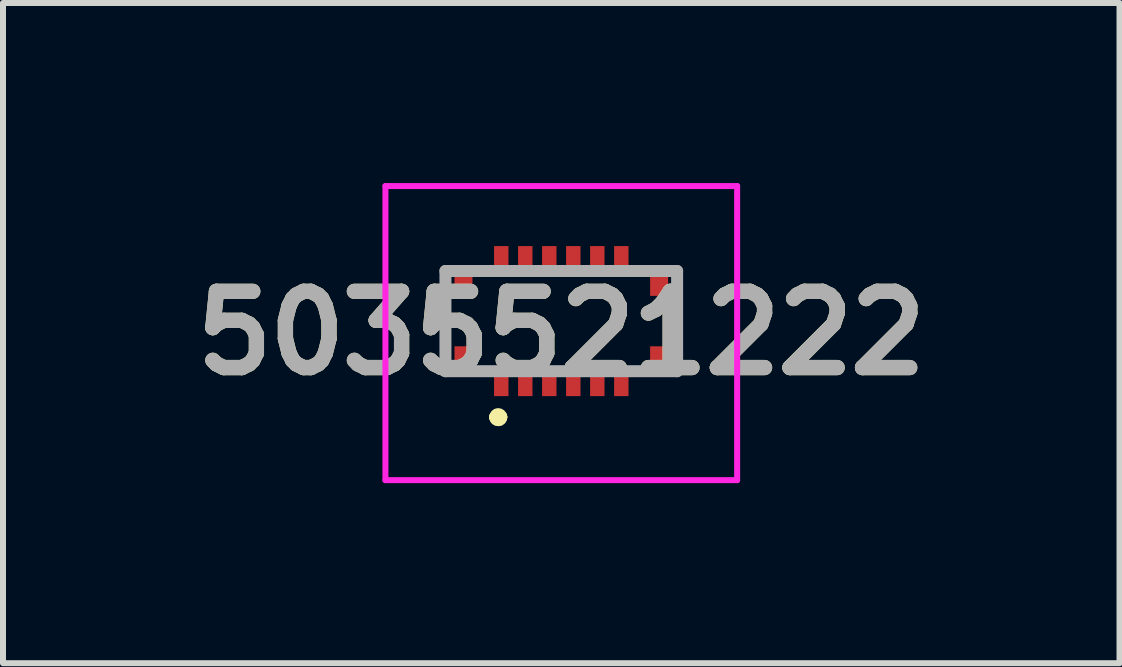
<source format=kicad_pcb>
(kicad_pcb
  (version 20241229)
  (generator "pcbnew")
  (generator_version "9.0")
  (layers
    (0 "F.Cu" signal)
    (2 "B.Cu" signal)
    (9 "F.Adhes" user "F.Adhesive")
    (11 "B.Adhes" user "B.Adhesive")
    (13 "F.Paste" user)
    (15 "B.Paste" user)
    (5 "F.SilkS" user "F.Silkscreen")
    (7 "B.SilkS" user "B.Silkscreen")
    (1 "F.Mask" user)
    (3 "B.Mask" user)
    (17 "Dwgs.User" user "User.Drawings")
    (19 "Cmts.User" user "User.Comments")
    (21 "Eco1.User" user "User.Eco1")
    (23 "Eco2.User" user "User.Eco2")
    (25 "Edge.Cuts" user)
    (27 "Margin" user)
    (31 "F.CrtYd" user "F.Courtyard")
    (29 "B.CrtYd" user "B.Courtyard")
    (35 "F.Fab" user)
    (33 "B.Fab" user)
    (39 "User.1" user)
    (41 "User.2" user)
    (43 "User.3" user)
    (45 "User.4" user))
  (footprint "5035521222"
    (layer "F.Cu")
    (at 6.302 2.3)
    (property "Reference" "5035521222" (at 0 0.2 0) (layer "F.SilkS") (effects (font (size 1.27 1.27) (thickness 0.254))))
    (attr smd)
    (fp_line (start -1.1 1.6) (end -1.1 1.6) (stroke (width 0.2) (type solid)) (layer "F.SilkS"))
    (fp_line (start -1.1 1.6) (end -1.1 1.6) (stroke (width 0.2) (type solid)) (layer "F.SilkS"))
    (fp_line (start -1 1.6) (end -1 1.6) (stroke (width 0.2) (type solid)) (layer "F.SilkS"))
    (fp_arc (start -1.1 1.6) (mid -1.05 1.55) (end -1 1.6) (stroke (width 0.2) (type solid)) (layer "F.SilkS"))
    (fp_arc (start -1 1.6) (mid -1.05 1.65) (end -1.1 1.6) (stroke (width 0.2) (type solid)) (layer "F.SilkS"))
    (fp_arc (start -1 1.6) (mid -1.05 1.65) (end -1.1 1.6) (stroke (width 0.2) (type solid)) (layer "F.SilkS"))
    (fp_line (start -2.93 -2.25) (end 2.93 -2.25) (stroke (width 0.1) (type solid)) (layer "F.CrtYd"))
    (fp_line (start -2.93 2.65) (end -2.93 -2.25) (stroke (width 0.1) (type solid)) (layer "F.CrtYd"))
    (fp_line (start 2.93 -2.25) (end 2.93 2.65) (stroke (width 0.1) (type solid)) (layer "F.CrtYd"))
    (fp_line (start 2.93 2.65) (end -2.93 2.65) (stroke (width 0.1) (type solid)) (layer "F.CrtYd"))
    (fp_line (start -1.93 -0.835) (end -1.93 0.835) (stroke (width 0.2) (type solid)) (layer "F.Fab"))
    (fp_line (start -1.93 0.835) (end 1.93 0.835) (stroke (width 0.2) (type solid)) (layer "F.Fab"))
    (fp_line (start 1.93 -0.835) (end -1.93 -0.835) (stroke (width 0.2) (type solid)) (layer "F.Fab"))
    (fp_line (start 1.93 0.835) (end 1.93 -0.835) (stroke (width 0.2) (type solid)) (layer "F.Fab"))
    (fp_text user "${REFERENCE}" (at 0 0.2 0) (layer "F.Fab") (effects (font (size 1.27 1.27) (thickness 0.254))))
    (pad "1" smd rect (at -1 1.075) (size 0.24 0.35) (layers "F.Cu" "F.Mask" "F.Paste"))
    (pad "2" smd rect (at -1 -1.075) (size 0.24 0.35) (layers "F.Cu" "F.Mask" "F.Paste"))
    (pad "3" smd rect (at -0.6 1.075) (size 0.24 0.35) (layers "F.Cu" "F.Mask" "F.Paste"))
    (pad "4" smd rect (at -0.6 -1.075) (size 0.24 0.35) (layers "F.Cu" "F.Mask" "F.Paste"))
    (pad "5" smd rect (at -0.2 1.075) (size 0.24 0.35) (layers "F.Cu" "F.Mask" "F.Paste"))
    (pad "6" smd rect (at -0.2 -1.075) (size 0.24 0.35) (layers "F.Cu" "F.Mask" "F.Paste"))
    (pad "7" smd rect (at 0.2 1.075) (size 0.24 0.35) (layers "F.Cu" "F.Mask" "F.Paste"))
    (pad "8" smd rect (at 0.2 -1.075) (size 0.24 0.35) (layers "F.Cu" "F.Mask" "F.Paste"))
    (pad "9" smd rect (at 0.6 1.075) (size 0.24 0.35) (layers "F.Cu" "F.Mask" "F.Paste"))
    (pad "10" smd rect (at 0.6 -1.075) (size 0.24 0.35) (layers "F.Cu" "F.Mask" "F.Paste"))
    (pad "11" smd rect (at 1 1.075) (size 0.24 0.35) (layers "F.Cu" "F.Mask" "F.Paste"))
    (pad "12" smd rect (at 1 -1.075) (size 0.24 0.35) (layers "F.Cu" "F.Mask" "F.Paste"))
    (pad "MP1" smd rect (at -1.63 0.63) (size 0.3 0.42) (layers "F.Cu" "F.Mask" "F.Paste"))
    (pad "MP2" smd rect (at -1.63 -0.63) (size 0.3 0.42) (layers "F.Cu" "F.Mask" "F.Paste"))
    (pad "MP3" smd rect (at 1.63 0.63) (size 0.3 0.42) (layers "F.Cu" "F.Mask" "F.Paste"))
    (pad "MP4" smd rect (at 1.63 -0.63) (size 0.3 0.42) (layers "F.Cu" "F.Mask" "F.Paste")))
  (gr_rect
    (start -3 -3)
    (end 15.603 8)
    (stroke (width 0.1) (type default))
    (fill no)
    (layer "Edge.Cuts")))
</source>
